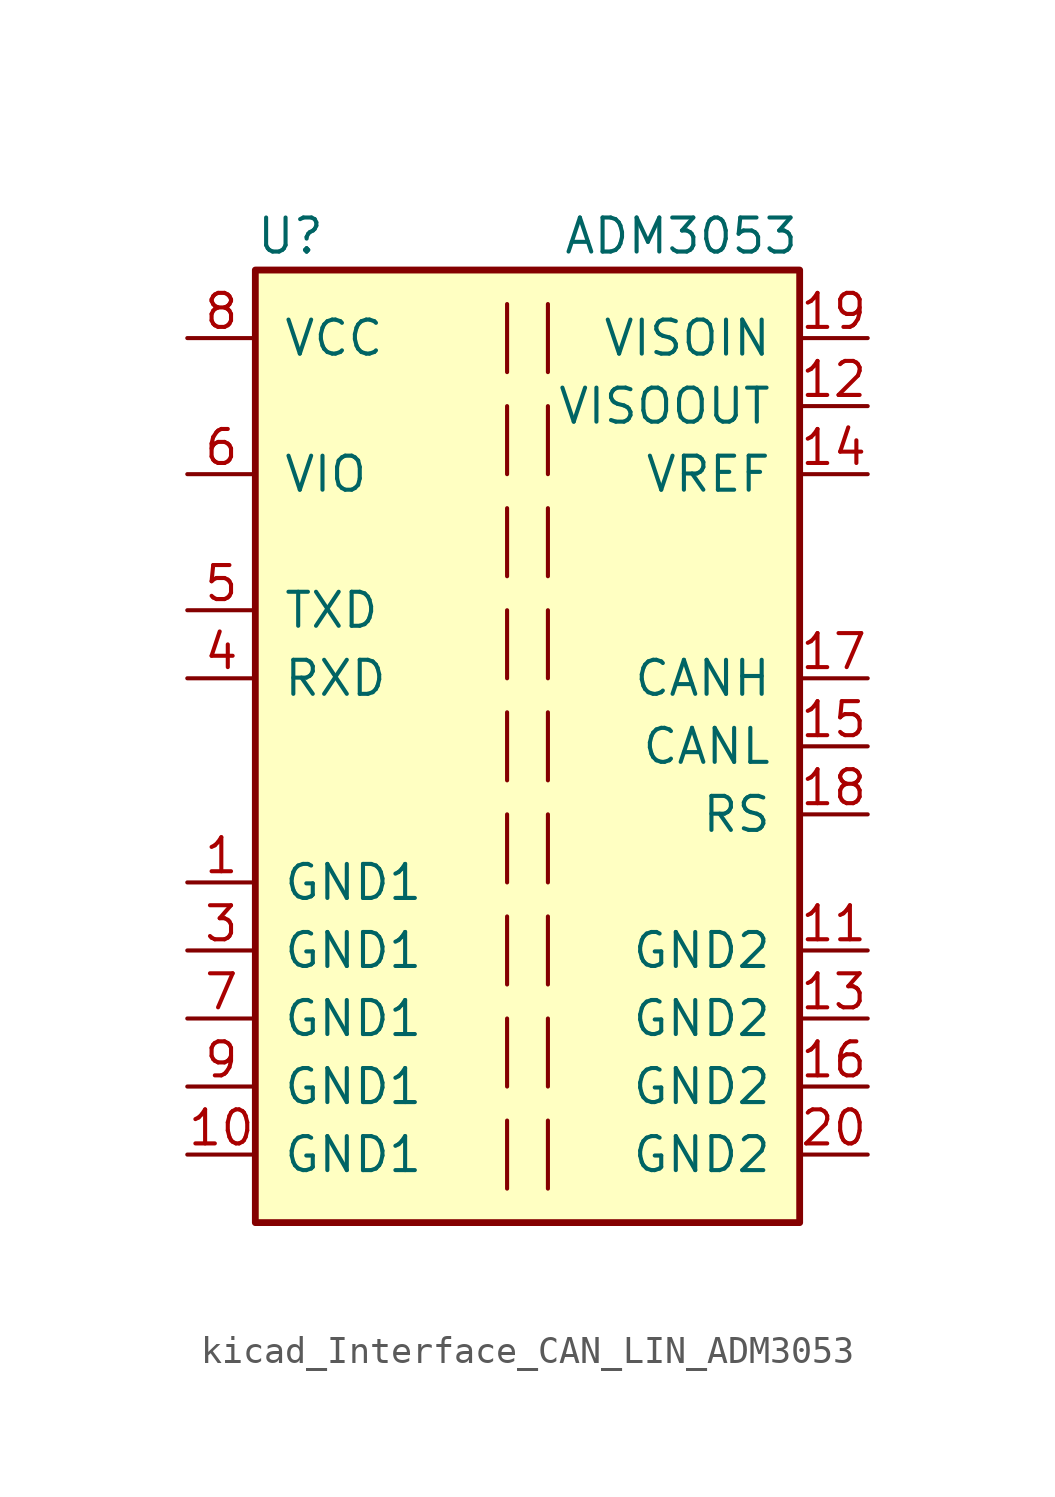
<source format=kicad_sym>
(kicad_symbol_lib
  (version 20220914)
  (generator kicad_symbol_editor)
  (symbol "kicad_Interface_CAN_LIN_ADM3053"
    (pin_names
      (offset 1.016))
    (property "Reference" "U"
      (at -10.16 19.05 0)
      (effects (font (size 1.27 1.27)) (justify left)))
    (property "Value" "ADM3053"
      (at 10.16 19.05 0)
      (effects (font (size 1.27 1.27)) (justify right)))
    (symbol "kicad_Interface_CAN_LIN_ADM3053_0_1"
      (rectangle (start -10.16 17.78) (end 10.16 -17.78) (stroke (width 0.254) (type default)) (fill (type background)))
      (polyline (pts (xy -0.762 -13.97) (xy -0.762 -16.51)) (stroke (width 0) (type default)) (fill (type none)))
      (polyline (pts (xy -0.762 -10.16) (xy -0.762 -12.7)) (stroke (width 0) (type default)) (fill (type none)))
      (polyline (pts (xy -0.762 -6.35) (xy -0.762 -8.89)) (stroke (width 0) (type default)) (fill (type none)))
      (polyline (pts (xy -0.762 -2.54) (xy -0.762 -5.08)) (stroke (width 0) (type default)) (fill (type none)))
      (polyline (pts (xy -0.762 1.27) (xy -0.762 -1.27)) (stroke (width 0) (type default)) (fill (type none)))
      (polyline (pts (xy -0.762 5.08) (xy -0.762 2.54)) (stroke (width 0) (type default)) (fill (type none)))
      (polyline (pts (xy -0.762 8.89) (xy -0.762 6.35)) (stroke (width 0) (type default)) (fill (type none)))
      (polyline (pts (xy -0.762 12.7) (xy -0.762 10.16)) (stroke (width 0) (type default)) (fill (type none)))
      (polyline (pts (xy -0.762 16.51) (xy -0.762 13.97)) (stroke (width 0) (type default)) (fill (type none)))
      (polyline (pts (xy 0.762 -13.97) (xy 0.762 -16.51)) (stroke (width 0) (type default)) (fill (type none)))
      (polyline (pts (xy 0.762 -10.16) (xy 0.762 -12.7)) (stroke (width 0) (type default)) (fill (type none)))
      (polyline (pts (xy 0.762 -6.35) (xy 0.762 -8.89)) (stroke (width 0) (type default)) (fill (type none)))
      (polyline (pts (xy 0.762 -2.54) (xy 0.762 -5.08)) (stroke (width 0) (type default)) (fill (type none)))
      (polyline (pts (xy 0.762 1.27) (xy 0.762 -1.27)) (stroke (width 0) (type default)) (fill (type none)))
      (polyline (pts (xy 0.762 2.54) (xy 0.762 5.08)) (stroke (width 0) (type default)) (fill (type none)))
      (polyline (pts (xy 0.762 6.35) (xy 0.762 8.89)) (stroke (width 0) (type default)) (fill (type none)))
      (polyline (pts (xy 0.762 10.16) (xy 0.762 12.7)) (stroke (width 0) (type default)) (fill (type none)))
      (polyline (pts (xy 0.762 13.97) (xy 0.762 16.51)) (stroke (width 0) (type default)) (fill (type none))))
    (symbol "kicad_Interface_CAN_LIN_ADM3053_1_1"
      (pin power_in line (at -12.7 -5.08 0) (length 2.54) (name "GND1" (effects (font (size 1.27 1.27)))) (number "1" (effects (font (size 1.27 1.27)))))
      (pin power_in line (at -12.7 -15.24 0) (length 2.54) (name "GND1" (effects (font (size 1.27 1.27)))) (number "10" (effects (font (size 1.27 1.27)))))
      (pin power_in line (at 12.7 -7.62 180) (length 2.54) (name "GND2" (effects (font (size 1.27 1.27)))) (number "11" (effects (font (size 1.27 1.27)))))
      (pin power_out line (at 12.7 12.7 180) (length 2.54) (name "VISOOUT" (effects (font (size 1.27 1.27)))) (number "12" (effects (font (size 1.27 1.27)))))
      (pin power_in line (at 12.7 -10.16 180) (length 2.54) (name "GND2" (effects (font (size 1.27 1.27)))) (number "13" (effects (font (size 1.27 1.27)))))
      (pin input line (at 12.7 10.16 180) (length 2.54) (name "VREF" (effects (font (size 1.27 1.27)))) (number "14" (effects (font (size 1.27 1.27)))))
      (pin bidirectional line (at 12.7 0 180) (length 2.54) (name "CANL" (effects (font (size 1.27 1.27)))) (number "15" (effects (font (size 1.27 1.27)))))
      (pin power_in line (at 12.7 -12.7 180) (length 2.54) (name "GND2" (effects (font (size 1.27 1.27)))) (number "16" (effects (font (size 1.27 1.27)))))
      (pin bidirectional line (at 12.7 2.54 180) (length 2.54) (name "CANH" (effects (font (size 1.27 1.27)))) (number "17" (effects (font (size 1.27 1.27)))))
      (pin input line (at 12.7 -2.54 180) (length 2.54) (name "RS" (effects (font (size 1.27 1.27)))) (number "18" (effects (font (size 1.27 1.27)))))
      (pin power_in line (at 12.7 15.24 180) (length 2.54) (name "VISOIN" (effects (font (size 1.27 1.27)))) (number "19" (effects (font (size 1.27 1.27)))))
      (pin no_connect line (at -2.54 -17.78 90) (length 2.54) hide (name "NC" (effects (font (size 1.27 1.27)))) (number "2" (effects (font (size 1.27 1.27)))))
      (pin power_in line (at 12.7 -15.24 180) (length 2.54) (name "GND2" (effects (font (size 1.27 1.27)))) (number "20" (effects (font (size 1.27 1.27)))))
      (pin power_in line (at -12.7 -7.62 0) (length 2.54) (name "GND1" (effects (font (size 1.27 1.27)))) (number "3" (effects (font (size 1.27 1.27)))))
      (pin output line (at -12.7 2.54 0) (length 2.54) (name "RXD" (effects (font (size 1.27 1.27)))) (number "4" (effects (font (size 1.27 1.27)))))
      (pin input line (at -12.7 5.08 0) (length 2.54) (name "TXD" (effects (font (size 1.27 1.27)))) (number "5" (effects (font (size 1.27 1.27)))))
      (pin power_in line (at -12.7 10.16 0) (length 2.54) (name "VIO" (effects (font (size 1.27 1.27)))) (number "6" (effects (font (size 1.27 1.27)))))
      (pin power_in line (at -12.7 -10.16 0) (length 2.54) (name "GND1" (effects (font (size 1.27 1.27)))) (number "7" (effects (font (size 1.27 1.27)))))
      (pin power_in line (at -12.7 15.24 0) (length 2.54) (name "VCC" (effects (font (size 1.27 1.27)))) (number "8" (effects (font (size 1.27 1.27)))))
      (pin power_in line (at -12.7 -12.7 0) (length 2.54) (name "GND1" (effects (font (size 1.27 1.27)))) (number "9" (effects (font (size 1.27 1.27))))))))
</source>
